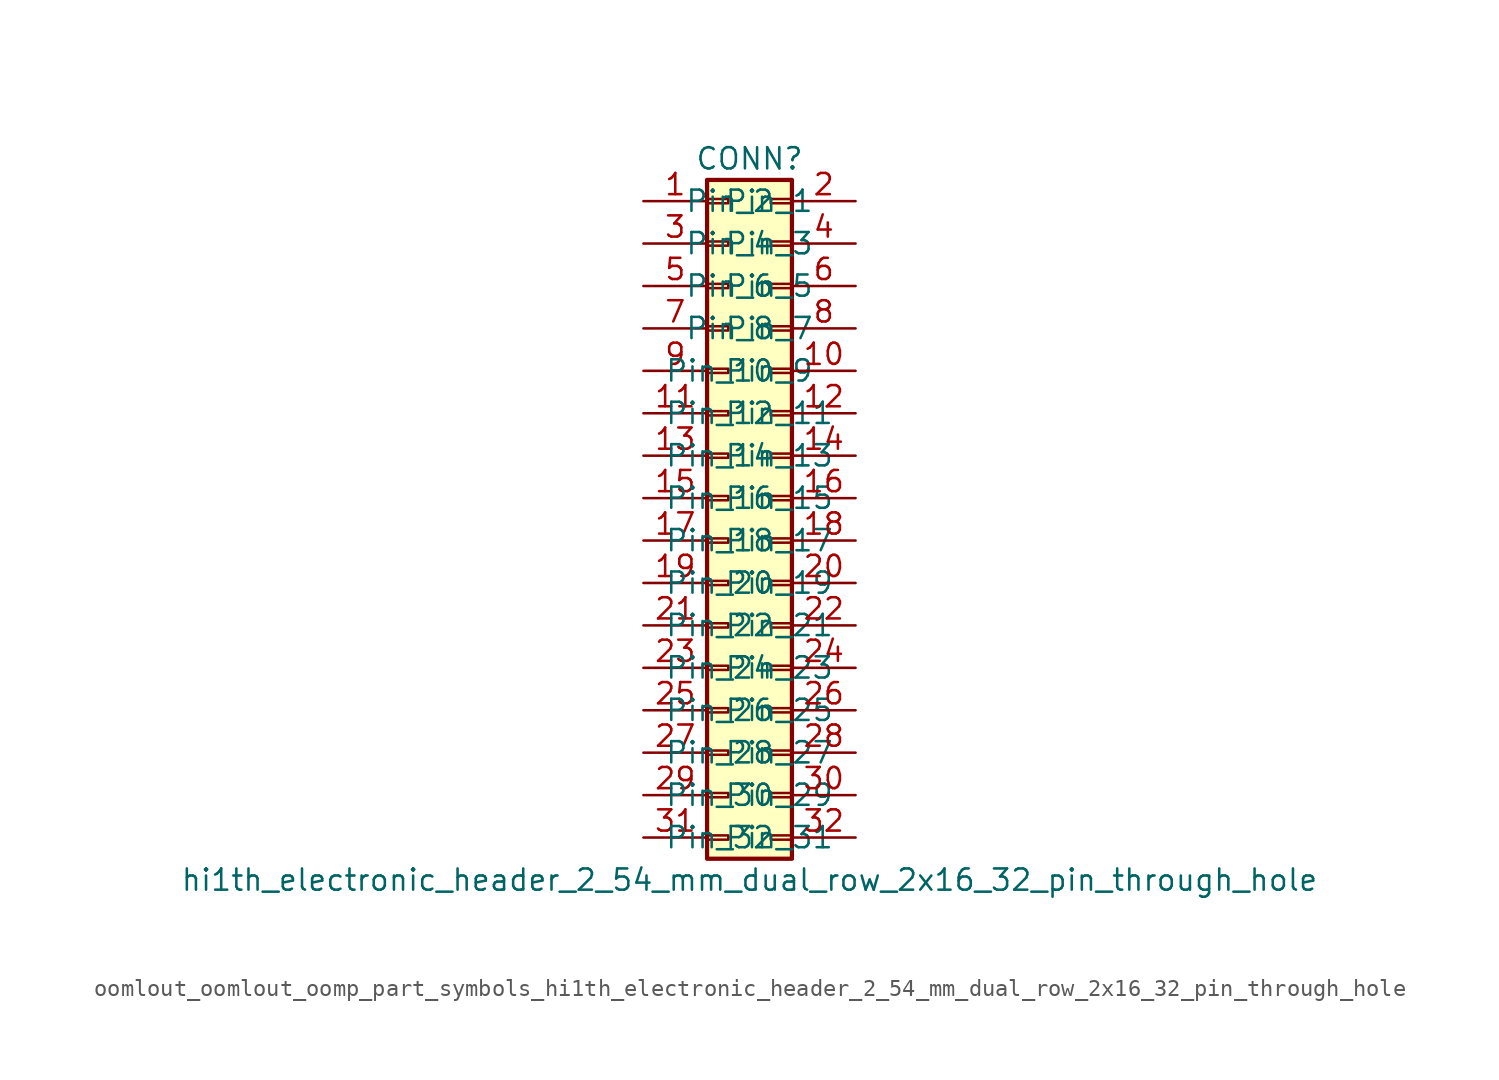
<source format=kicad_sym>
(kicad_symbol_lib
  (version 20220914)
  (generator kicad_symbol_editor)
  (symbol "oomlout_oomlout_oomp_part_symbols_hi1th_electronic_header_2_54_mm_dual_row_2x16_32_pin_through_hole"
    (pin_names
      (offset 1.016))
    (property "Reference" "CONN"
      (at 1.27 20.32 0)
      (effects (font (size 1.27 1.27))))
    (property "Value" "hi1th_electronic_header_2_54_mm_dual_row_2x16_32_pin_through_hole"
      (at 1.27 -22.86 0)
      (effects (font (size 1.27 1.27))))
    (symbol "oomlout_oomlout_oomp_part_symbols_hi1th_electronic_header_2_54_mm_dual_row_2x16_32_pin_through_hole_1_1"
      (rectangle (start -1.27 -20.193) (end 0 -20.447) (stroke (width 0.152) (type default)) (fill (type none)))
      (rectangle (start -1.27 -17.653) (end 0 -17.907) (stroke (width 0.152) (type default)) (fill (type none)))
      (rectangle (start -1.27 -15.113) (end 0 -15.367) (stroke (width 0.152) (type default)) (fill (type none)))
      (rectangle (start -1.27 -12.573) (end 0 -12.827) (stroke (width 0.152) (type default)) (fill (type none)))
      (rectangle (start -1.27 -10.033) (end 0 -10.287) (stroke (width 0.152) (type default)) (fill (type none)))
      (rectangle (start -1.27 -7.493) (end 0 -7.747) (stroke (width 0.152) (type default)) (fill (type none)))
      (rectangle (start -1.27 -4.953) (end 0 -5.207) (stroke (width 0.152) (type default)) (fill (type none)))
      (rectangle (start -1.27 -2.413) (end 0 -2.667) (stroke (width 0.152) (type default)) (fill (type none)))
      (rectangle (start -1.27 0.127) (end 0 -0.127) (stroke (width 0.152) (type default)) (fill (type none)))
      (rectangle (start -1.27 2.667) (end 0 2.413) (stroke (width 0.152) (type default)) (fill (type none)))
      (rectangle (start -1.27 5.207) (end 0 4.953) (stroke (width 0.152) (type default)) (fill (type none)))
      (rectangle (start -1.27 7.747) (end 0 7.493) (stroke (width 0.152) (type default)) (fill (type none)))
      (rectangle (start -1.27 10.287) (end 0 10.033) (stroke (width 0.152) (type default)) (fill (type none)))
      (rectangle (start -1.27 12.827) (end 0 12.573) (stroke (width 0.152) (type default)) (fill (type none)))
      (rectangle (start -1.27 15.367) (end 0 15.113) (stroke (width 0.152) (type default)) (fill (type none)))
      (rectangle (start -1.27 17.907) (end 0 17.653) (stroke (width 0.152) (type default)) (fill (type none)))
      (rectangle (start -1.27 19.05) (end 3.81 -21.59) (stroke (width 0.254) (type default)) (fill (type background)))
      (rectangle (start 3.81 -20.193) (end 2.54 -20.447) (stroke (width 0.152) (type default)) (fill (type none)))
      (rectangle (start 3.81 -17.653) (end 2.54 -17.907) (stroke (width 0.152) (type default)) (fill (type none)))
      (rectangle (start 3.81 -15.113) (end 2.54 -15.367) (stroke (width 0.152) (type default)) (fill (type none)))
      (rectangle (start 3.81 -12.573) (end 2.54 -12.827) (stroke (width 0.152) (type default)) (fill (type none)))
      (rectangle (start 3.81 -10.033) (end 2.54 -10.287) (stroke (width 0.152) (type default)) (fill (type none)))
      (rectangle (start 3.81 -7.493) (end 2.54 -7.747) (stroke (width 0.152) (type default)) (fill (type none)))
      (rectangle (start 3.81 -4.953) (end 2.54 -5.207) (stroke (width 0.152) (type default)) (fill (type none)))
      (rectangle (start 3.81 -2.413) (end 2.54 -2.667) (stroke (width 0.152) (type default)) (fill (type none)))
      (rectangle (start 3.81 0.127) (end 2.54 -0.127) (stroke (width 0.152) (type default)) (fill (type none)))
      (rectangle (start 3.81 2.667) (end 2.54 2.413) (stroke (width 0.152) (type default)) (fill (type none)))
      (rectangle (start 3.81 5.207) (end 2.54 4.953) (stroke (width 0.152) (type default)) (fill (type none)))
      (rectangle (start 3.81 7.747) (end 2.54 7.493) (stroke (width 0.152) (type default)) (fill (type none)))
      (rectangle (start 3.81 10.287) (end 2.54 10.033) (stroke (width 0.152) (type default)) (fill (type none)))
      (rectangle (start 3.81 12.827) (end 2.54 12.573) (stroke (width 0.152) (type default)) (fill (type none)))
      (rectangle (start 3.81 15.367) (end 2.54 15.113) (stroke (width 0.152) (type default)) (fill (type none)))
      (rectangle (start 3.81 17.907) (end 2.54 17.653) (stroke (width 0.152) (type default)) (fill (type none)))
      (pin passive line (at -5.08 17.78 0) (length 3.81) (name "Pin_1" (effects (font (size 1.27 1.27)))) (number "1" (effects (font (size 1.27 1.27)))))
      (pin passive line (at 7.62 7.62 180) (length 3.81) (name "Pin_10" (effects (font (size 1.27 1.27)))) (number "10" (effects (font (size 1.27 1.27)))))
      (pin passive line (at -5.08 5.08 0) (length 3.81) (name "Pin_11" (effects (font (size 1.27 1.27)))) (number "11" (effects (font (size 1.27 1.27)))))
      (pin passive line (at 7.62 5.08 180) (length 3.81) (name "Pin_12" (effects (font (size 1.27 1.27)))) (number "12" (effects (font (size 1.27 1.27)))))
      (pin passive line (at -5.08 2.54 0) (length 3.81) (name "Pin_13" (effects (font (size 1.27 1.27)))) (number "13" (effects (font (size 1.27 1.27)))))
      (pin passive line (at 7.62 2.54 180) (length 3.81) (name "Pin_14" (effects (font (size 1.27 1.27)))) (number "14" (effects (font (size 1.27 1.27)))))
      (pin passive line (at -5.08 0 0) (length 3.81) (name "Pin_15" (effects (font (size 1.27 1.27)))) (number "15" (effects (font (size 1.27 1.27)))))
      (pin passive line (at 7.62 0 180) (length 3.81) (name "Pin_16" (effects (font (size 1.27 1.27)))) (number "16" (effects (font (size 1.27 1.27)))))
      (pin passive line (at -5.08 -2.54 0) (length 3.81) (name "Pin_17" (effects (font (size 1.27 1.27)))) (number "17" (effects (font (size 1.27 1.27)))))
      (pin passive line (at 7.62 -2.54 180) (length 3.81) (name "Pin_18" (effects (font (size 1.27 1.27)))) (number "18" (effects (font (size 1.27 1.27)))))
      (pin passive line (at -5.08 -5.08 0) (length 3.81) (name "Pin_19" (effects (font (size 1.27 1.27)))) (number "19" (effects (font (size 1.27 1.27)))))
      (pin passive line (at 7.62 17.78 180) (length 3.81) (name "Pin_2" (effects (font (size 1.27 1.27)))) (number "2" (effects (font (size 1.27 1.27)))))
      (pin passive line (at 7.62 -5.08 180) (length 3.81) (name "Pin_20" (effects (font (size 1.27 1.27)))) (number "20" (effects (font (size 1.27 1.27)))))
      (pin passive line (at -5.08 -7.62 0) (length 3.81) (name "Pin_21" (effects (font (size 1.27 1.27)))) (number "21" (effects (font (size 1.27 1.27)))))
      (pin passive line (at 7.62 -7.62 180) (length 3.81) (name "Pin_22" (effects (font (size 1.27 1.27)))) (number "22" (effects (font (size 1.27 1.27)))))
      (pin passive line (at -5.08 -10.16 0) (length 3.81) (name "Pin_23" (effects (font (size 1.27 1.27)))) (number "23" (effects (font (size 1.27 1.27)))))
      (pin passive line (at 7.62 -10.16 180) (length 3.81) (name "Pin_24" (effects (font (size 1.27 1.27)))) (number "24" (effects (font (size 1.27 1.27)))))
      (pin passive line (at -5.08 -12.7 0) (length 3.81) (name "Pin_25" (effects (font (size 1.27 1.27)))) (number "25" (effects (font (size 1.27 1.27)))))
      (pin passive line (at 7.62 -12.7 180) (length 3.81) (name "Pin_26" (effects (font (size 1.27 1.27)))) (number "26" (effects (font (size 1.27 1.27)))))
      (pin passive line (at -5.08 -15.24 0) (length 3.81) (name "Pin_27" (effects (font (size 1.27 1.27)))) (number "27" (effects (font (size 1.27 1.27)))))
      (pin passive line (at 7.62 -15.24 180) (length 3.81) (name "Pin_28" (effects (font (size 1.27 1.27)))) (number "28" (effects (font (size 1.27 1.27)))))
      (pin passive line (at -5.08 -17.78 0) (length 3.81) (name "Pin_29" (effects (font (size 1.27 1.27)))) (number "29" (effects (font (size 1.27 1.27)))))
      (pin passive line (at -5.08 15.24 0) (length 3.81) (name "Pin_3" (effects (font (size 1.27 1.27)))) (number "3" (effects (font (size 1.27 1.27)))))
      (pin passive line (at 7.62 -17.78 180) (length 3.81) (name "Pin_30" (effects (font (size 1.27 1.27)))) (number "30" (effects (font (size 1.27 1.27)))))
      (pin passive line (at -5.08 -20.32 0) (length 3.81) (name "Pin_31" (effects (font (size 1.27 1.27)))) (number "31" (effects (font (size 1.27 1.27)))))
      (pin passive line (at 7.62 -20.32 180) (length 3.81) (name "Pin_32" (effects (font (size 1.27 1.27)))) (number "32" (effects (font (size 1.27 1.27)))))
      (pin passive line (at 7.62 15.24 180) (length 3.81) (name "Pin_4" (effects (font (size 1.27 1.27)))) (number "4" (effects (font (size 1.27 1.27)))))
      (pin passive line (at -5.08 12.7 0) (length 3.81) (name "Pin_5" (effects (font (size 1.27 1.27)))) (number "5" (effects (font (size 1.27 1.27)))))
      (pin passive line (at 7.62 12.7 180) (length 3.81) (name "Pin_6" (effects (font (size 1.27 1.27)))) (number "6" (effects (font (size 1.27 1.27)))))
      (pin passive line (at -5.08 10.16 0) (length 3.81) (name "Pin_7" (effects (font (size 1.27 1.27)))) (number "7" (effects (font (size 1.27 1.27)))))
      (pin passive line (at 7.62 10.16 180) (length 3.81) (name "Pin_8" (effects (font (size 1.27 1.27)))) (number "8" (effects (font (size 1.27 1.27)))))
      (pin passive line (at -5.08 7.62 0) (length 3.81) (name "Pin_9" (effects (font (size 1.27 1.27)))) (number "9" (effects (font (size 1.27 1.27))))))))
</source>
